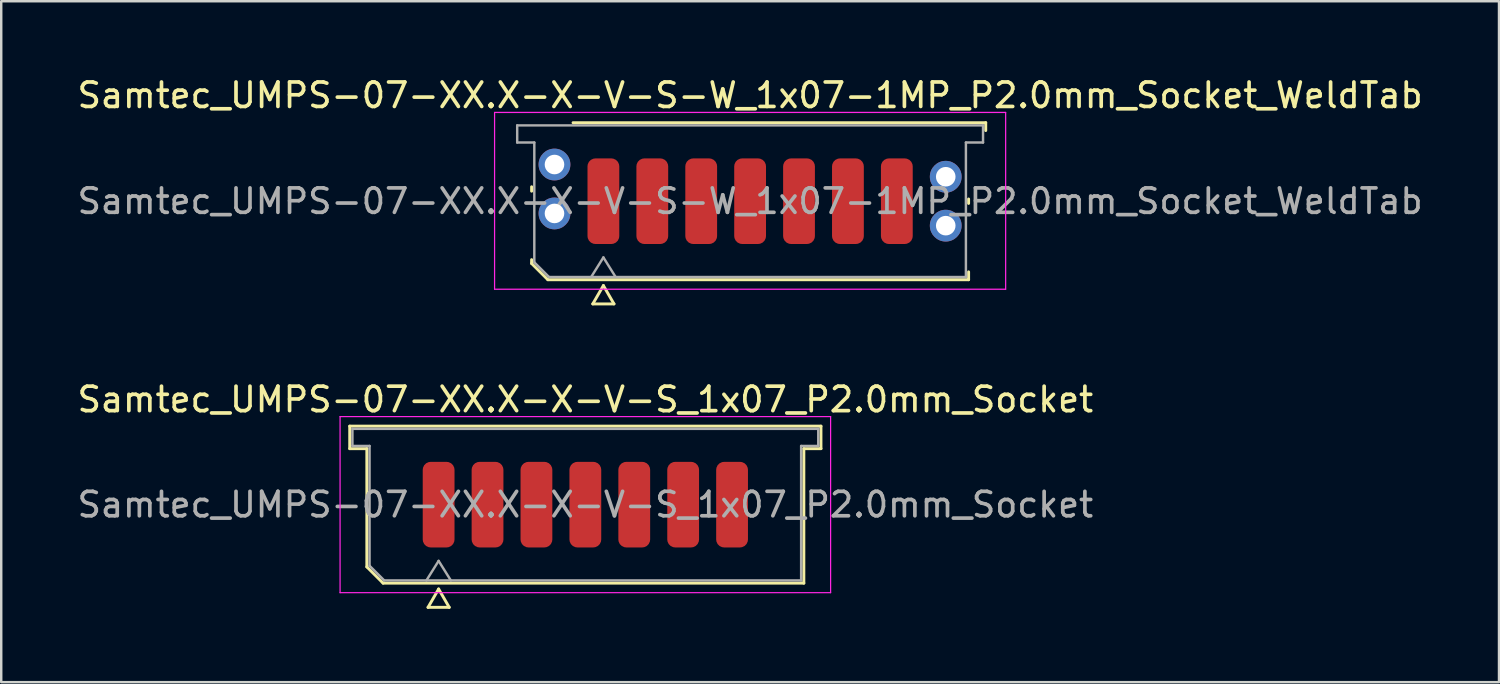
<source format=kicad_pcb>
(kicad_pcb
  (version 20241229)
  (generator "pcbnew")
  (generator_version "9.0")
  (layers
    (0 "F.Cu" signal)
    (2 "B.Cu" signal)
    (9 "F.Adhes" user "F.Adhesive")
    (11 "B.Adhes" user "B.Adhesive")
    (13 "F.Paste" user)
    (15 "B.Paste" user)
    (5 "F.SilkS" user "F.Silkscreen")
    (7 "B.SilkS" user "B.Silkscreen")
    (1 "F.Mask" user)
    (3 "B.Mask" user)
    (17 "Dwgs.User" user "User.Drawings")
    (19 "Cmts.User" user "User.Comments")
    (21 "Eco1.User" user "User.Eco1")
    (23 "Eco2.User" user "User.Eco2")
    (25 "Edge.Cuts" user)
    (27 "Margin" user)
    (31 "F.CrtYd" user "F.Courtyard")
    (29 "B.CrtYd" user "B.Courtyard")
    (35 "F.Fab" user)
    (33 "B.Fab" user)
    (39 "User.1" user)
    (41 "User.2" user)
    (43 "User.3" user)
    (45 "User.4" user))
  (footprint "Samtec_UMPS-07-XX.X-X-V-S_1x07_P2.0mm_Socket"
    (layer "F.Cu")
    (at 20.887 17.587)
    (property "Reference" "Samtec_UMPS-07-XX.X-X-V-S_1x07_P2.0mm_Socket" (at 0 -4.3 0) (layer "F.SilkS") (effects (font (size 1 1) (thickness 0.15))))
    (attr smd)
    (fp_line (start -9.635 -3.21) (end 9.635 -3.21) (stroke (width 0.12) (type solid)) (layer "F.SilkS"))
    (fp_line (start -9.635 -2.29) (end -9.635 -3.21) (stroke (width 0.12) (type solid)) (layer "F.SilkS"))
    (fp_line (start -8.935 -2.29) (end -9.635 -2.29) (stroke (width 0.12) (type solid)) (layer "F.SilkS"))
    (fp_line (start -8.935 2.546) (end -8.935 -2.29) (stroke (width 0.12) (type solid)) (layer "F.SilkS"))
    (fp_line (start -8.271 3.21) (end -8.935 2.546) (stroke (width 0.12) (type solid)) (layer "F.SilkS"))
    (fp_line (start -6.433 4.2) (end -6 3.45) (stroke (width 0.12) (type solid)) (layer "F.SilkS"))
    (fp_line (start -6 3.45) (end -5.567 4.2) (stroke (width 0.12) (type solid)) (layer "F.SilkS"))
    (fp_line (start -5.567 4.2) (end -6.433 4.2) (stroke (width 0.12) (type solid)) (layer "F.SilkS"))
    (fp_line (start 8.935 -2.29) (end 8.935 3.21) (stroke (width 0.12) (type solid)) (layer "F.SilkS"))
    (fp_line (start 8.935 3.21) (end -8.271 3.21) (stroke (width 0.12) (type solid)) (layer "F.SilkS"))
    (fp_line (start 9.635 -3.21) (end 9.635 -2.29) (stroke (width 0.12) (type solid)) (layer "F.SilkS"))
    (fp_line (start 9.635 -2.29) (end 8.935 -2.29) (stroke (width 0.12) (type solid)) (layer "F.SilkS"))
    (fp_line (start -10.03 -3.6) (end -10.03 3.6) (stroke (width 0.05) (type solid)) (layer "F.CrtYd"))
    (fp_line (start -10.03 3.6) (end 10.03 3.6) (stroke (width 0.05) (type solid)) (layer "F.CrtYd"))
    (fp_line (start 10.03 -3.6) (end -10.03 -3.6) (stroke (width 0.05) (type solid)) (layer "F.CrtYd"))
    (fp_line (start 10.03 3.6) (end 10.03 -3.6) (stroke (width 0.05) (type solid)) (layer "F.CrtYd"))
    (fp_line (start -9.525 -3.1) (end 9.525 -3.1) (stroke (width 0.1) (type solid)) (layer "F.Fab"))
    (fp_line (start -9.525 -2.4) (end -9.525 -3.1) (stroke (width 0.1) (type solid)) (layer "F.Fab"))
    (fp_line (start -8.825 -2.4) (end -9.525 -2.4) (stroke (width 0.1) (type solid)) (layer "F.Fab"))
    (fp_line (start -8.825 2.5) (end -8.825 -2.4) (stroke (width 0.1) (type solid)) (layer "F.Fab"))
    (fp_line (start -8.225 3.1) (end -8.825 2.5) (stroke (width 0.1) (type solid)) (layer "F.Fab"))
    (fp_line (start -6.5 3.1) (end -6 2.3) (stroke (width 0.1) (type solid)) (layer "F.Fab"))
    (fp_line (start -6 2.3) (end -5.5 3.1) (stroke (width 0.1) (type solid)) (layer "F.Fab"))
    (fp_line (start 8.825 -2.4) (end 8.825 3.1) (stroke (width 0.1) (type solid)) (layer "F.Fab"))
    (fp_line (start 8.825 3.1) (end -8.225 3.1) (stroke (width 0.1) (type solid)) (layer "F.Fab"))
    (fp_line (start 9.525 -3.1) (end 9.525 -2.4) (stroke (width 0.1) (type solid)) (layer "F.Fab"))
    (fp_line (start 9.525 -2.4) (end 8.825 -2.4) (stroke (width 0.1) (type solid)) (layer "F.Fab"))
    (fp_text user "${REFERENCE}" (at 0 0 0) (layer "F.Fab") (effects (font (size 1 1) (thickness 0.15))))
    (pad "1" smd roundrect (at -6 0) (size 1.3 3.5) (layers "F.Cu" "F.Mask" "F.Paste") (roundrect_rratio 0.25))
    (pad "2" smd roundrect (at -4 0) (size 1.3 3.5) (layers "F.Cu" "F.Mask" "F.Paste") (roundrect_rratio 0.25))
    (pad "3" smd roundrect (at -2 0) (size 1.3 3.5) (layers "F.Cu" "F.Mask" "F.Paste") (roundrect_rratio 0.25))
    (pad "4" smd roundrect (at 0 0) (size 1.3 3.5) (layers "F.Cu" "F.Mask" "F.Paste") (roundrect_rratio 0.25))
    (pad "5" smd roundrect (at 2 0) (size 1.3 3.5) (layers "F.Cu" "F.Mask" "F.Paste") (roundrect_rratio 0.25))
    (pad "6" smd roundrect (at 4 0) (size 1.3 3.5) (layers "F.Cu" "F.Mask" "F.Paste") (roundrect_rratio 0.25))
    (pad "7" smd roundrect (at 6 0) (size 1.3 3.5) (layers "F.Cu" "F.Mask" "F.Paste") (roundrect_rratio 0.25)))
  (footprint "Samtec_UMPS-07-XX.X-X-V-S-W_1x07-1MP_P2.0mm_Socket_WeldTab"
    (layer "F.Cu")
    (at 27.625 5.178)
    (property "Reference" "Samtec_UMPS-07-XX.X-X-V-S-W_1x07-1MP_P2.0mm_Socket_WeldTab" (at 0 -4.33 0) (layer "F.SilkS") (effects (font (size 1 1) (thickness 0.15))))
    (attr smd)
    (fp_line (start -8.935 -0.41) (end -8.935 -0.59) (stroke (width 0.12) (type solid)) (layer "F.SilkS"))
    (fp_line (start -8.935 2.546) (end -8.935 2.39) (stroke (width 0.12) (type solid)) (layer "F.SilkS"))
    (fp_line (start -8.271 3.21) (end -8.935 2.546) (stroke (width 0.12) (type solid)) (layer "F.SilkS"))
    (fp_line (start -7.24 -3.21) (end 9.635 -3.21) (stroke (width 0.12) (type solid)) (layer "F.SilkS"))
    (fp_line (start -6.433 4.2) (end -6 3.45) (stroke (width 0.12) (type solid)) (layer "F.SilkS"))
    (fp_line (start -6 3.45) (end -5.567 4.2) (stroke (width 0.12) (type solid)) (layer "F.SilkS"))
    (fp_line (start -5.567 4.2) (end -6.433 4.2) (stroke (width 0.12) (type solid)) (layer "F.SilkS"))
    (fp_line (start 8.935 -0.09) (end 8.935 0.09) (stroke (width 0.12) (type solid)) (layer "F.SilkS"))
    (fp_line (start 8.935 2.89) (end 8.935 3.21) (stroke (width 0.12) (type solid)) (layer "F.SilkS"))
    (fp_line (start 8.935 3.21) (end -8.271 3.21) (stroke (width 0.12) (type solid)) (layer "F.SilkS"))
    (fp_line (start 9.635 -3.21) (end 9.635 -2.89) (stroke (width 0.12) (type solid)) (layer "F.SilkS"))
    (fp_line (start -10.45 -3.63) (end -10.45 3.6) (stroke (width 0.05) (type solid)) (layer "F.CrtYd"))
    (fp_line (start -10.45 3.6) (end 10.45 3.6) (stroke (width 0.05) (type solid)) (layer "F.CrtYd"))
    (fp_line (start 10.45 -3.63) (end -10.45 -3.63) (stroke (width 0.05) (type solid)) (layer "F.CrtYd"))
    (fp_line (start 10.45 3.6) (end 10.45 -3.63) (stroke (width 0.05) (type solid)) (layer "F.CrtYd"))
    (fp_line (start -9.525 -3.1) (end 9.525 -3.1) (stroke (width 0.1) (type solid)) (layer "F.Fab"))
    (fp_line (start -9.525 -2.4) (end -9.525 -3.1) (stroke (width 0.1) (type solid)) (layer "F.Fab"))
    (fp_line (start -8.825 -2.4) (end -9.525 -2.4) (stroke (width 0.1) (type solid)) (layer "F.Fab"))
    (fp_line (start -8.825 2.5) (end -8.825 -2.4) (stroke (width 0.1) (type solid)) (layer "F.Fab"))
    (fp_line (start -8.225 3.1) (end -8.825 2.5) (stroke (width 0.1) (type solid)) (layer "F.Fab"))
    (fp_line (start -6.5 3.1) (end -6 2.3) (stroke (width 0.1) (type solid)) (layer "F.Fab"))
    (fp_line (start -6 2.3) (end -5.5 3.1) (stroke (width 0.1) (type solid)) (layer "F.Fab"))
    (fp_line (start 8.825 -2.4) (end 8.825 3.1) (stroke (width 0.1) (type solid)) (layer "F.Fab"))
    (fp_line (start 8.825 3.1) (end -8.225 3.1) (stroke (width 0.1) (type solid)) (layer "F.Fab"))
    (fp_line (start 9.525 -3.1) (end 9.525 -2.4) (stroke (width 0.1) (type solid)) (layer "F.Fab"))
    (fp_line (start 9.525 -2.4) (end 8.825 -2.4) (stroke (width 0.1) (type solid)) (layer "F.Fab"))
    (fp_text user "${REFERENCE}" (at 0 0 0) (layer "F.Fab") (effects (font (size 1 1) (thickness 0.15))))
    (pad "" smd rect (at -8.725 -1.99) (size 2.45 2.28) (layers "F.Paste"))
    (pad "" smd rect (at -8.725 0.99) (size 2.45 2.28) (layers "F.Paste"))
    (pad "" smd rect (at 8.725 -1.49) (size 2.45 2.28) (layers "F.Paste"))
    (pad "" smd rect (at 8.725 1.49) (size 2.45 2.28) (layers "F.Paste"))
    (pad "1" smd roundrect (at -6 0) (size 1.3 3.5) (layers "F.Cu" "F.Mask" "F.Paste") (roundrect_rratio 0.25))
    (pad "2" smd roundrect (at -4 0) (size 1.3 3.5) (layers "F.Cu" "F.Mask" "F.Paste") (roundrect_rratio 0.25))
    (pad "3" smd roundrect (at -2 0) (size 1.3 3.5) (layers "F.Cu" "F.Mask" "F.Paste") (roundrect_rratio 0.25))
    (pad "4" smd roundrect (at 0 0) (size 1.3 3.5) (layers "F.Cu" "F.Mask" "F.Paste") (roundrect_rratio 0.25))
    (pad "5" smd roundrect (at 2 0) (size 1.3 3.5) (layers "F.Cu" "F.Mask" "F.Paste") (roundrect_rratio 0.25))
    (pad "6" smd roundrect (at 4 0) (size 1.3 3.5) (layers "F.Cu" "F.Mask" "F.Paste") (roundrect_rratio 0.25))
    (pad "7" smd roundrect (at 6 0) (size 1.3 3.5) (layers "F.Cu" "F.Mask" "F.Paste") (roundrect_rratio 0.25))
    (pad "MP" thru_hole circle (at -8 -1.5) (size 1.3 1.3) (drill 0.8) (layers "*.Cu" "*.Mask"))
    (pad "MP" thru_hole circle (at -8 0.5) (size 1.3 1.3) (drill 0.8) (layers "*.Cu" "*.Mask"))
    (pad "MP" thru_hole circle (at 8 -1) (size 1.3 1.3) (drill 0.8) (layers "*.Cu" "*.Mask"))
    (pad "MP" thru_hole circle (at 8 1) (size 1.3 1.3) (drill 0.8) (layers "*.Cu" "*.Mask")))
  (gr_rect
    (start -3 -3)
    (end 58.25 24.846)
    (stroke (width 0.1) (type default))
    (fill no)
    (layer "Edge.Cuts")))
</source>
